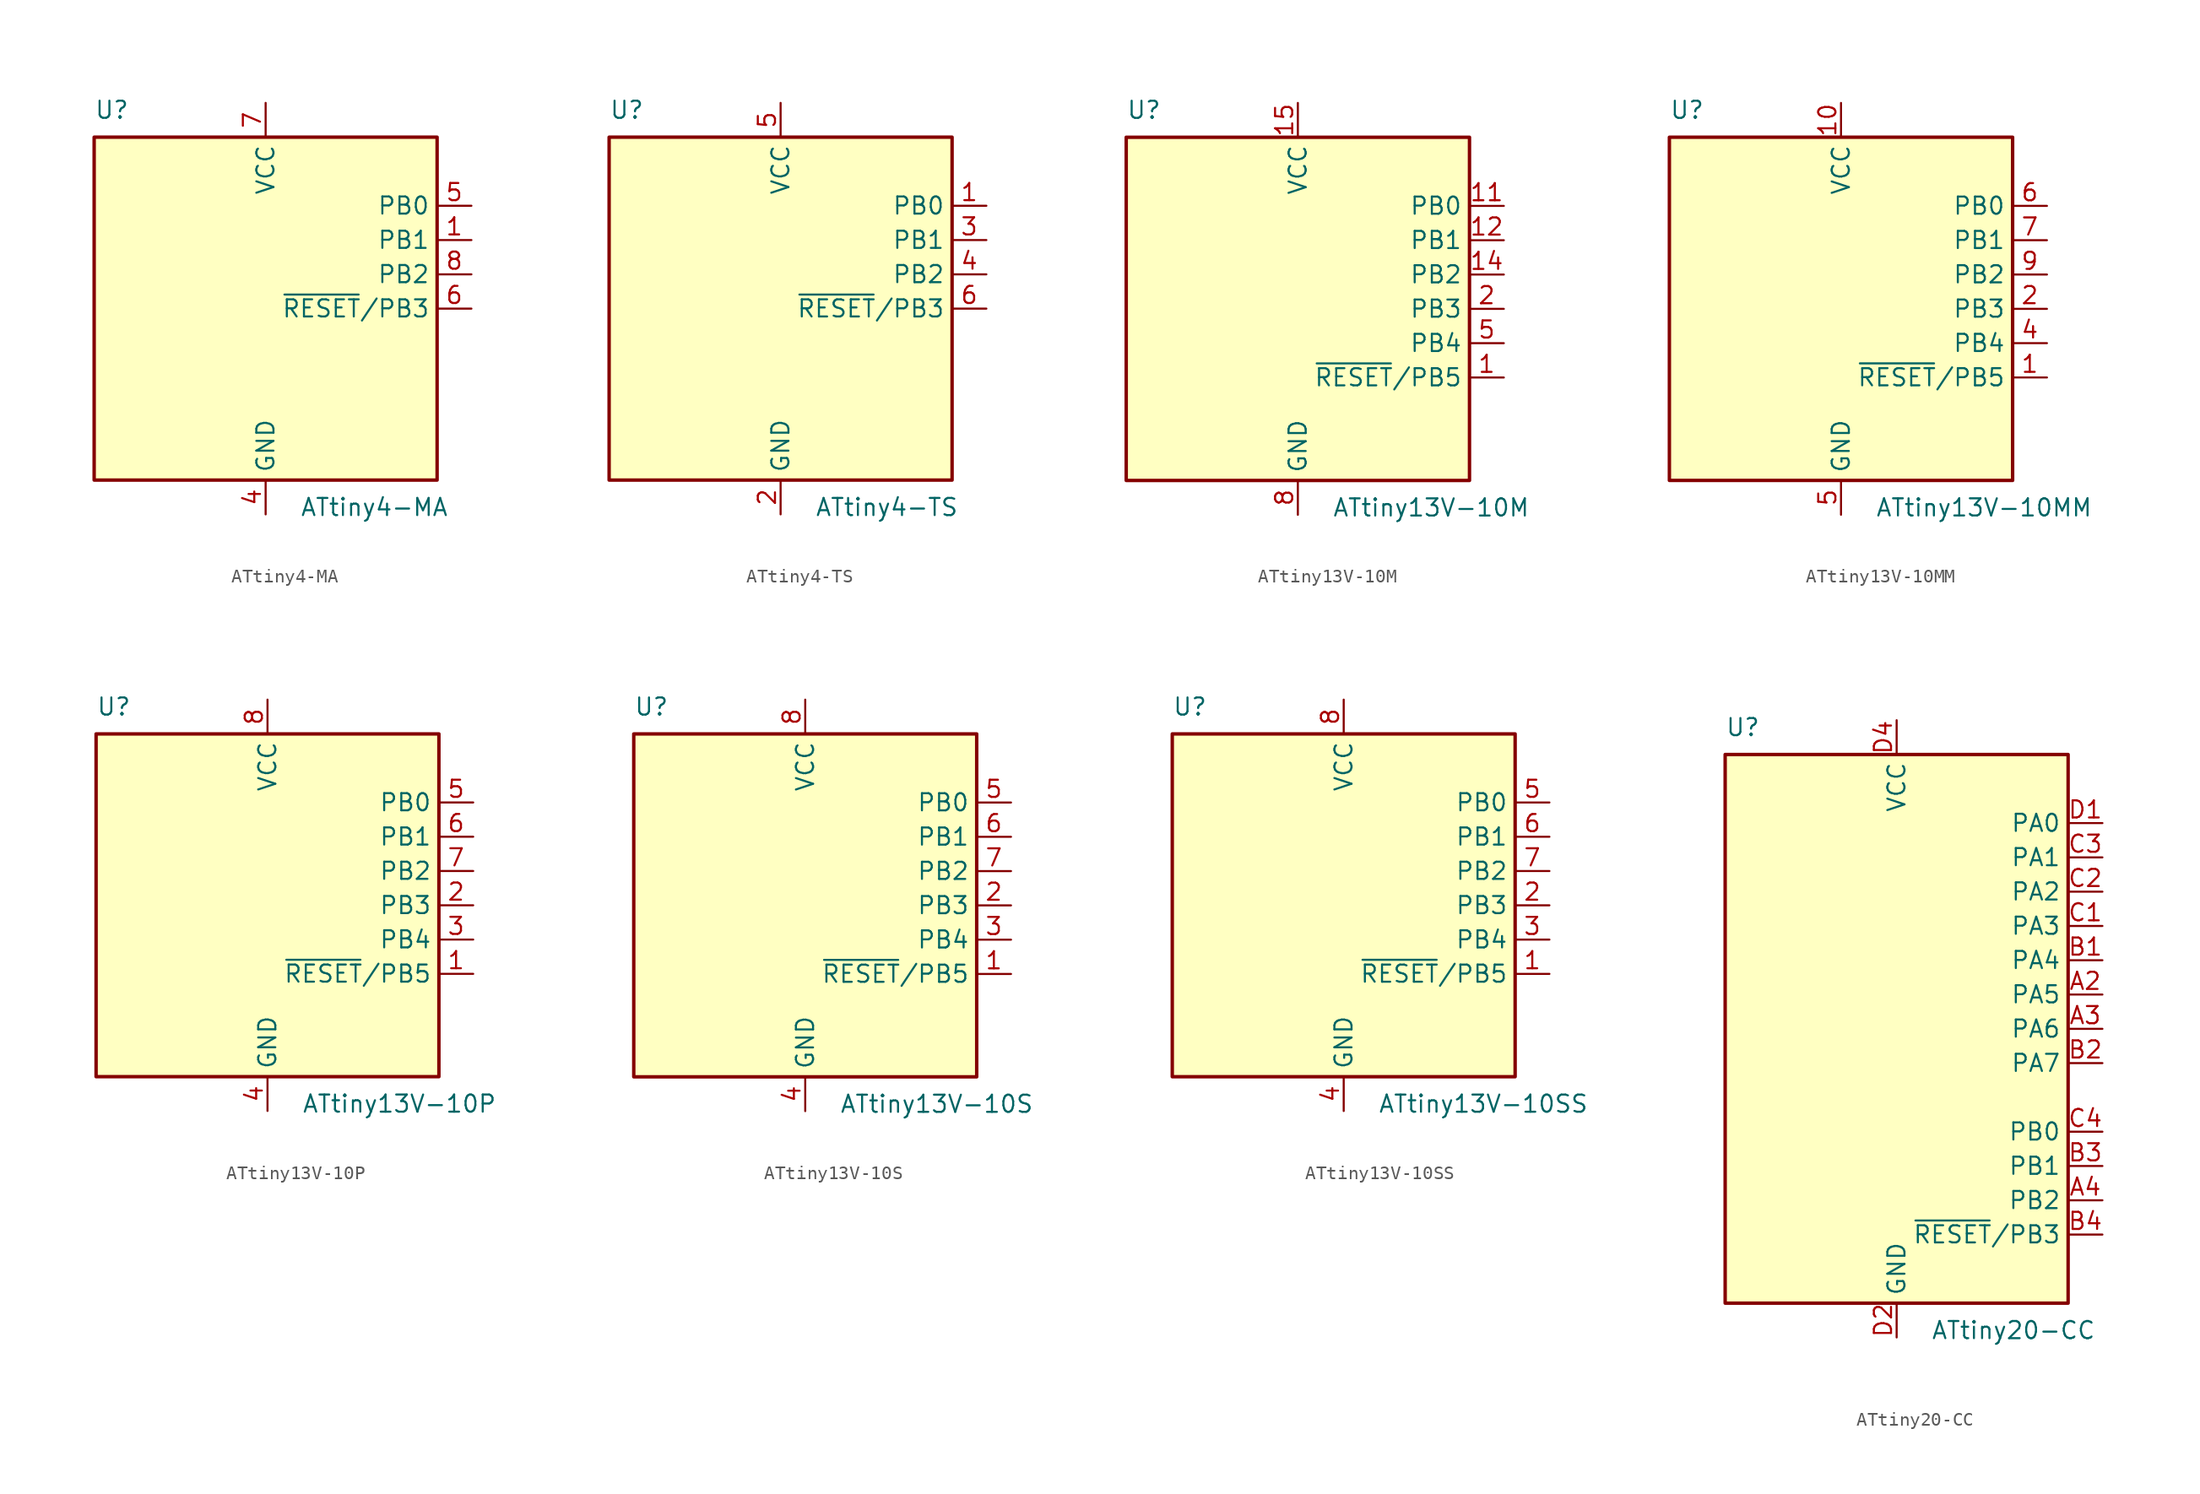
<source format=kicad_sym>
(kicad_symbol_lib
  (version 20201005)
  (generator kicad_symbol_editor)
  (symbol "ATtiny4-MA"
    (property "Reference" "U"
      (at -12.7 13.97 0)
      (effects (font (size 1.27 1.27)) (justify left bottom)))
    (property "Value" "ATtiny4-MA"
      (at 2.54 -13.97 0)
      (effects (font (size 1.27 1.27)) (justify left top)))
    (symbol "ATtiny4-MA_0_1"
      (rectangle (start -12.7 -12.7) (end 12.7 12.7) (stroke (width 0.254)) (fill (type background))))
    (symbol "ATtiny4-MA_1_1"
      (pin bidirectional line (at 15.24 5.08 180) (length 2.54) (name "PB1" (effects (font (size 1.27 1.27)))) (number "1" (effects (font (size 1.27 1.27)))))
      (pin no_connect line (at -12.7 7.62 0) (length 2.54) hide (name "NC" (effects (font (size 1.27 1.27)))) (number "2" (effects (font (size 1.27 1.27)))))
      (pin no_connect line (at -12.7 5.08 0) (length 2.54) hide (name "NC" (effects (font (size 1.27 1.27)))) (number "3" (effects (font (size 1.27 1.27)))))
      (pin power_in line (at 0 -15.24 90) (length 2.54) (name "GND" (effects (font (size 1.27 1.27)))) (number "4" (effects (font (size 1.27 1.27)))))
      (pin bidirectional line (at 15.24 7.62 180) (length 2.54) (name "PB0" (effects (font (size 1.27 1.27)))) (number "5" (effects (font (size 1.27 1.27)))))
      (pin bidirectional line (at 15.24 0 180) (length 2.54) (name "~RESET~/PB3" (effects (font (size 1.27 1.27)))) (number "6" (effects (font (size 1.27 1.27)))))
      (pin power_in line (at 0 15.24 270) (length 2.54) (name "VCC" (effects (font (size 1.27 1.27)))) (number "7" (effects (font (size 1.27 1.27)))))
      (pin bidirectional line (at 15.24 2.54 180) (length 2.54) (name "PB2" (effects (font (size 1.27 1.27)))) (number "8" (effects (font (size 1.27 1.27)))))))
  (symbol "ATtiny4-TS"
    (property "Reference" "U"
      (at -12.7 13.97 0)
      (effects (font (size 1.27 1.27)) (justify left bottom)))
    (property "Value" "ATtiny4-TS"
      (at 2.54 -13.97 0)
      (effects (font (size 1.27 1.27)) (justify left top)))
    (symbol "ATtiny4-TS_0_1"
      (rectangle (start -12.7 -12.7) (end 12.7 12.7) (stroke (width 0.254)) (fill (type background))))
    (symbol "ATtiny4-TS_1_1"
      (pin bidirectional line (at 15.24 7.62 180) (length 2.54) (name "PB0" (effects (font (size 1.27 1.27)))) (number "1" (effects (font (size 1.27 1.27)))))
      (pin power_in line (at 0 -15.24 90) (length 2.54) (name "GND" (effects (font (size 1.27 1.27)))) (number "2" (effects (font (size 1.27 1.27)))))
      (pin bidirectional line (at 15.24 5.08 180) (length 2.54) (name "PB1" (effects (font (size 1.27 1.27)))) (number "3" (effects (font (size 1.27 1.27)))))
      (pin bidirectional line (at 15.24 2.54 180) (length 2.54) (name "PB2" (effects (font (size 1.27 1.27)))) (number "4" (effects (font (size 1.27 1.27)))))
      (pin power_in line (at 0 15.24 270) (length 2.54) (name "VCC" (effects (font (size 1.27 1.27)))) (number "5" (effects (font (size 1.27 1.27)))))
      (pin bidirectional line (at 15.24 0 180) (length 2.54) (name "~RESET~/PB3" (effects (font (size 1.27 1.27)))) (number "6" (effects (font (size 1.27 1.27)))))))
  (symbol "ATtiny13V-10M"
    (property "Reference" "U"
      (at -12.7 13.97 0)
      (effects (font (size 1.27 1.27)) (justify left bottom)))
    (property "Value" "ATtiny13V-10M"
      (at 2.54 -13.97 0)
      (effects (font (size 1.27 1.27)) (justify left top)))
    (symbol "ATtiny13V-10M_0_1"
      (rectangle (start -12.7 -12.7) (end 12.7 12.7) (stroke (width 0.254)) (fill (type background))))
    (symbol "ATtiny13V-10M_1_1"
      (pin bidirectional line (at 15.24 -5.08 180) (length 2.54) (name "~RESET~/PB5" (effects (font (size 1.27 1.27)))) (number "1" (effects (font (size 1.27 1.27)))))
      (pin no_connect line (at -12.7 -2.54 0) (length 2.54) hide (name "NC" (effects (font (size 1.27 1.27)))) (number "10" (effects (font (size 1.27 1.27)))))
      (pin bidirectional line (at 15.24 7.62 180) (length 2.54) (name "PB0" (effects (font (size 1.27 1.27)))) (number "11" (effects (font (size 1.27 1.27)))))
      (pin bidirectional line (at 15.24 5.08 180) (length 2.54) (name "PB1" (effects (font (size 1.27 1.27)))) (number "12" (effects (font (size 1.27 1.27)))))
      (pin no_connect line (at -12.7 -5.08 0) (length 2.54) hide (name "NC" (effects (font (size 1.27 1.27)))) (number "13" (effects (font (size 1.27 1.27)))))
      (pin bidirectional line (at 15.24 2.54 180) (length 2.54) (name "PB2" (effects (font (size 1.27 1.27)))) (number "14" (effects (font (size 1.27 1.27)))))
      (pin power_in line (at 0 15.24 270) (length 2.54) (name "VCC" (effects (font (size 1.27 1.27)))) (number "15" (effects (font (size 1.27 1.27)))))
      (pin no_connect line (at -12.7 -7.62 0) (length 2.54) hide (name "NC" (effects (font (size 1.27 1.27)))) (number "16" (effects (font (size 1.27 1.27)))))
      (pin no_connect line (at -12.7 -10.16 0) (length 2.54) hide (name "NC" (effects (font (size 1.27 1.27)))) (number "17" (effects (font (size 1.27 1.27)))))
      (pin no_connect line (at -7.62 -12.7 90) (length 2.54) hide (name "NC" (effects (font (size 1.27 1.27)))) (number "18" (effects (font (size 1.27 1.27)))))
      (pin no_connect line (at -5.08 -12.7 90) (length 2.54) hide (name "NC" (effects (font (size 1.27 1.27)))) (number "19" (effects (font (size 1.27 1.27)))))
      (pin bidirectional line (at 15.24 0 180) (length 2.54) (name "PB3" (effects (font (size 1.27 1.27)))) (number "2" (effects (font (size 1.27 1.27)))))
      (pin no_connect line (at -2.54 -12.7 90) (length 2.54) hide (name "NC" (effects (font (size 1.27 1.27)))) (number "20" (effects (font (size 1.27 1.27)))))
      (pin passive line (at 0 -15.24 90) (length 2.54) hide (name "GND" (effects (font (size 1.27 1.27)))) (number "21" (effects (font (size 1.27 1.27)))))
      (pin no_connect line (at -12.7 10.16 0) (length 2.54) hide (name "NC" (effects (font (size 1.27 1.27)))) (number "3" (effects (font (size 1.27 1.27)))))
      (pin no_connect line (at -12.7 7.62 0) (length 2.54) hide (name "NC" (effects (font (size 1.27 1.27)))) (number "4" (effects (font (size 1.27 1.27)))))
      (pin bidirectional line (at 15.24 -2.54 180) (length 2.54) (name "PB4" (effects (font (size 1.27 1.27)))) (number "5" (effects (font (size 1.27 1.27)))))
      (pin no_connect line (at -12.7 5.08 0) (length 2.54) hide (name "NC" (effects (font (size 1.27 1.27)))) (number "6" (effects (font (size 1.27 1.27)))))
      (pin no_connect line (at -12.7 2.54 0) (length 2.54) hide (name "NC" (effects (font (size 1.27 1.27)))) (number "7" (effects (font (size 1.27 1.27)))))
      (pin power_in line (at 0 -15.24 90) (length 2.54) (name "GND" (effects (font (size 1.27 1.27)))) (number "8" (effects (font (size 1.27 1.27)))))
      (pin no_connect line (at -12.7 0 0) (length 2.54) hide (name "NC" (effects (font (size 1.27 1.27)))) (number "9" (effects (font (size 1.27 1.27)))))))
  (symbol "ATtiny13V-10MM"
    (property "Reference" "U"
      (at -12.7 13.97 0)
      (effects (font (size 1.27 1.27)) (justify left bottom)))
    (property "Value" "ATtiny13V-10MM"
      (at 2.54 -13.97 0)
      (effects (font (size 1.27 1.27)) (justify left top)))
    (symbol "ATtiny13V-10MM_0_1"
      (rectangle (start -12.7 -12.7) (end 12.7 12.7) (stroke (width 0.254)) (fill (type background))))
    (symbol "ATtiny13V-10MM_1_1"
      (pin bidirectional line (at 15.24 -5.08 180) (length 2.54) (name "~RESET~/PB5" (effects (font (size 1.27 1.27)))) (number "1" (effects (font (size 1.27 1.27)))))
      (pin power_in line (at 0 15.24 270) (length 2.54) (name "VCC" (effects (font (size 1.27 1.27)))) (number "10" (effects (font (size 1.27 1.27)))))
      (pin passive line (at 0 -15.24 90) (length 2.54) hide (name "GND" (effects (font (size 1.27 1.27)))) (number "11" (effects (font (size 1.27 1.27)))))
      (pin bidirectional line (at 15.24 0 180) (length 2.54) (name "PB3" (effects (font (size 1.27 1.27)))) (number "2" (effects (font (size 1.27 1.27)))))
      (pin no_connect line (at -12.7 -7.62 0) (length 2.54) hide (name "NC" (effects (font (size 1.27 1.27)))) (number "3" (effects (font (size 1.27 1.27)))))
      (pin bidirectional line (at 15.24 -2.54 180) (length 2.54) (name "PB4" (effects (font (size 1.27 1.27)))) (number "4" (effects (font (size 1.27 1.27)))))
      (pin power_in line (at 0 -15.24 90) (length 2.54) (name "GND" (effects (font (size 1.27 1.27)))) (number "5" (effects (font (size 1.27 1.27)))))
      (pin bidirectional line (at 15.24 7.62 180) (length 2.54) (name "PB0" (effects (font (size 1.27 1.27)))) (number "6" (effects (font (size 1.27 1.27)))))
      (pin bidirectional line (at 15.24 5.08 180) (length 2.54) (name "PB1" (effects (font (size 1.27 1.27)))) (number "7" (effects (font (size 1.27 1.27)))))
      (pin no_connect line (at -12.7 -10.16 0) (length 2.54) hide (name "NC" (effects (font (size 1.27 1.27)))) (number "8" (effects (font (size 1.27 1.27)))))
      (pin bidirectional line (at 15.24 2.54 180) (length 2.54) (name "PB2" (effects (font (size 1.27 1.27)))) (number "9" (effects (font (size 1.27 1.27)))))))
  (symbol "ATtiny13V-10P"
    (property "Reference" "U"
      (at -12.7 13.97 0)
      (effects (font (size 1.27 1.27)) (justify left bottom)))
    (property "Value" "ATtiny13V-10P"
      (at 2.54 -13.97 0)
      (effects (font (size 1.27 1.27)) (justify left top)))
    (symbol "ATtiny13V-10P_0_1"
      (rectangle (start -12.7 -12.7) (end 12.7 12.7) (stroke (width 0.254)) (fill (type background))))
    (symbol "ATtiny13V-10P_1_1"
      (pin bidirectional line (at 15.24 -5.08 180) (length 2.54) (name "~RESET~/PB5" (effects (font (size 1.27 1.27)))) (number "1" (effects (font (size 1.27 1.27)))))
      (pin bidirectional line (at 15.24 0 180) (length 2.54) (name "PB3" (effects (font (size 1.27 1.27)))) (number "2" (effects (font (size 1.27 1.27)))))
      (pin bidirectional line (at 15.24 -2.54 180) (length 2.54) (name "PB4" (effects (font (size 1.27 1.27)))) (number "3" (effects (font (size 1.27 1.27)))))
      (pin power_in line (at 0 -15.24 90) (length 2.54) (name "GND" (effects (font (size 1.27 1.27)))) (number "4" (effects (font (size 1.27 1.27)))))
      (pin bidirectional line (at 15.24 7.62 180) (length 2.54) (name "PB0" (effects (font (size 1.27 1.27)))) (number "5" (effects (font (size 1.27 1.27)))))
      (pin bidirectional line (at 15.24 5.08 180) (length 2.54) (name "PB1" (effects (font (size 1.27 1.27)))) (number "6" (effects (font (size 1.27 1.27)))))
      (pin bidirectional line (at 15.24 2.54 180) (length 2.54) (name "PB2" (effects (font (size 1.27 1.27)))) (number "7" (effects (font (size 1.27 1.27)))))
      (pin power_in line (at 0 15.24 270) (length 2.54) (name "VCC" (effects (font (size 1.27 1.27)))) (number "8" (effects (font (size 1.27 1.27)))))))
  (symbol "ATtiny13V-10S"
    (property "Reference" "U"
      (at -12.7 13.97 0)
      (effects (font (size 1.27 1.27)) (justify left bottom)))
    (property "Value" "ATtiny13V-10S"
      (at 2.54 -13.97 0)
      (effects (font (size 1.27 1.27)) (justify left top)))
    (symbol "ATtiny13V-10S_0_1"
      (rectangle (start -12.7 -12.7) (end 12.7 12.7) (stroke (width 0.254)) (fill (type background))))
    (symbol "ATtiny13V-10S_1_1"
      (pin bidirectional line (at 15.24 -5.08 180) (length 2.54) (name "~RESET~/PB5" (effects (font (size 1.27 1.27)))) (number "1" (effects (font (size 1.27 1.27)))))
      (pin bidirectional line (at 15.24 0 180) (length 2.54) (name "PB3" (effects (font (size 1.27 1.27)))) (number "2" (effects (font (size 1.27 1.27)))))
      (pin bidirectional line (at 15.24 -2.54 180) (length 2.54) (name "PB4" (effects (font (size 1.27 1.27)))) (number "3" (effects (font (size 1.27 1.27)))))
      (pin power_in line (at 0 -15.24 90) (length 2.54) (name "GND" (effects (font (size 1.27 1.27)))) (number "4" (effects (font (size 1.27 1.27)))))
      (pin bidirectional line (at 15.24 7.62 180) (length 2.54) (name "PB0" (effects (font (size 1.27 1.27)))) (number "5" (effects (font (size 1.27 1.27)))))
      (pin bidirectional line (at 15.24 5.08 180) (length 2.54) (name "PB1" (effects (font (size 1.27 1.27)))) (number "6" (effects (font (size 1.27 1.27)))))
      (pin bidirectional line (at 15.24 2.54 180) (length 2.54) (name "PB2" (effects (font (size 1.27 1.27)))) (number "7" (effects (font (size 1.27 1.27)))))
      (pin power_in line (at 0 15.24 270) (length 2.54) (name "VCC" (effects (font (size 1.27 1.27)))) (number "8" (effects (font (size 1.27 1.27)))))))
  (symbol "ATtiny13V-10SS"
    (property "Reference" "U"
      (at -12.7 13.97 0)
      (effects (font (size 1.27 1.27)) (justify left bottom)))
    (property "Value" "ATtiny13V-10SS"
      (at 2.54 -13.97 0)
      (effects (font (size 1.27 1.27)) (justify left top)))
    (symbol "ATtiny13V-10SS_0_1"
      (rectangle (start -12.7 -12.7) (end 12.7 12.7) (stroke (width 0.254)) (fill (type background))))
    (symbol "ATtiny13V-10SS_1_1"
      (pin bidirectional line (at 15.24 -5.08 180) (length 2.54) (name "~RESET~/PB5" (effects (font (size 1.27 1.27)))) (number "1" (effects (font (size 1.27 1.27)))))
      (pin bidirectional line (at 15.24 0 180) (length 2.54) (name "PB3" (effects (font (size 1.27 1.27)))) (number "2" (effects (font (size 1.27 1.27)))))
      (pin bidirectional line (at 15.24 -2.54 180) (length 2.54) (name "PB4" (effects (font (size 1.27 1.27)))) (number "3" (effects (font (size 1.27 1.27)))))
      (pin power_in line (at 0 -15.24 90) (length 2.54) (name "GND" (effects (font (size 1.27 1.27)))) (number "4" (effects (font (size 1.27 1.27)))))
      (pin bidirectional line (at 15.24 7.62 180) (length 2.54) (name "PB0" (effects (font (size 1.27 1.27)))) (number "5" (effects (font (size 1.27 1.27)))))
      (pin bidirectional line (at 15.24 5.08 180) (length 2.54) (name "PB1" (effects (font (size 1.27 1.27)))) (number "6" (effects (font (size 1.27 1.27)))))
      (pin bidirectional line (at 15.24 2.54 180) (length 2.54) (name "PB2" (effects (font (size 1.27 1.27)))) (number "7" (effects (font (size 1.27 1.27)))))
      (pin power_in line (at 0 15.24 270) (length 2.54) (name "VCC" (effects (font (size 1.27 1.27)))) (number "8" (effects (font (size 1.27 1.27)))))))
  (symbol "ATtiny20-CC"
    (property "Reference" "U"
      (at -12.7 21.59 0)
      (effects (font (size 1.27 1.27)) (justify left bottom)))
    (property "Value" "ATtiny20-CC"
      (at 2.54 -21.59 0)
      (effects (font (size 1.27 1.27)) (justify left top)))
    (symbol "ATtiny20-CC_0_1"
      (rectangle (start -12.7 -20.32) (end 12.7 20.32) (stroke (width 0.254)) (fill (type background))))
    (symbol "ATtiny20-CC_1_1"
      (pin bidirectional line (at 15.24 2.54 180) (length 2.54) (name "PA5" (effects (font (size 1.27 1.27)))) (number "A2" (effects (font (size 1.27 1.27)))))
      (pin bidirectional line (at 15.24 0 180) (length 2.54) (name "PA6" (effects (font (size 1.27 1.27)))) (number "A3" (effects (font (size 1.27 1.27)))))
      (pin bidirectional line (at 15.24 -12.7 180) (length 2.54) (name "PB2" (effects (font (size 1.27 1.27)))) (number "A4" (effects (font (size 1.27 1.27)))))
      (pin bidirectional line (at 15.24 5.08 180) (length 2.54) (name "PA4" (effects (font (size 1.27 1.27)))) (number "B1" (effects (font (size 1.27 1.27)))))
      (pin bidirectional line (at 15.24 -2.54 180) (length 2.54) (name "PA7" (effects (font (size 1.27 1.27)))) (number "B2" (effects (font (size 1.27 1.27)))))
      (pin bidirectional line (at 15.24 -10.16 180) (length 2.54) (name "PB1" (effects (font (size 1.27 1.27)))) (number "B3" (effects (font (size 1.27 1.27)))))
      (pin bidirectional line (at 15.24 -15.24 180) (length 2.54) (name "~RESET~/PB3" (effects (font (size 1.27 1.27)))) (number "B4" (effects (font (size 1.27 1.27)))))
      (pin bidirectional line (at 15.24 7.62 180) (length 2.54) (name "PA3" (effects (font (size 1.27 1.27)))) (number "C1" (effects (font (size 1.27 1.27)))))
      (pin bidirectional line (at 15.24 10.16 180) (length 2.54) (name "PA2" (effects (font (size 1.27 1.27)))) (number "C2" (effects (font (size 1.27 1.27)))))
      (pin bidirectional line (at 15.24 12.7 180) (length 2.54) (name "PA1" (effects (font (size 1.27 1.27)))) (number "C3" (effects (font (size 1.27 1.27)))))
      (pin bidirectional line (at 15.24 -7.62 180) (length 2.54) (name "PB0" (effects (font (size 1.27 1.27)))) (number "C4" (effects (font (size 1.27 1.27)))))
      (pin bidirectional line (at 15.24 15.24 180) (length 2.54) (name "PA0" (effects (font (size 1.27 1.27)))) (number "D1" (effects (font (size 1.27 1.27)))))
      (pin power_in line (at 0 -22.86 90) (length 2.54) (name "GND" (effects (font (size 1.27 1.27)))) (number "D2" (effects (font (size 1.27 1.27)))))
      (pin passive line (at 0 -22.86 90) (length 2.54) hide (name "GND" (effects (font (size 1.27 1.27)))) (number "D3" (effects (font (size 1.27 1.27)))))
      (pin power_in line (at 0 22.86 270) (length 2.54) (name "VCC" (effects (font (size 1.27 1.27)))) (number "D4" (effects (font (size 1.27 1.27))))))))
</source>
